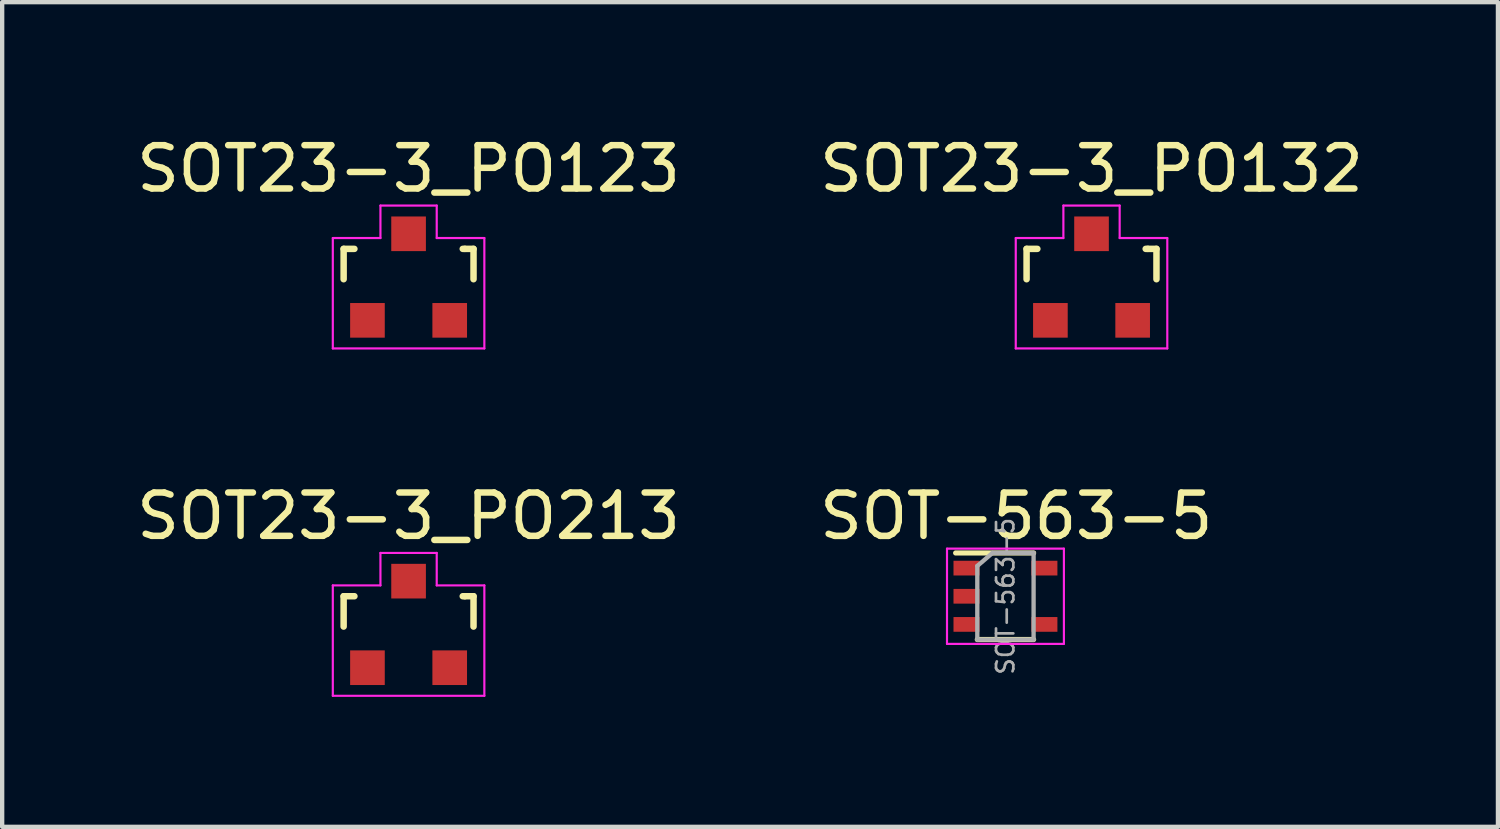
<source format=kicad_pcb>
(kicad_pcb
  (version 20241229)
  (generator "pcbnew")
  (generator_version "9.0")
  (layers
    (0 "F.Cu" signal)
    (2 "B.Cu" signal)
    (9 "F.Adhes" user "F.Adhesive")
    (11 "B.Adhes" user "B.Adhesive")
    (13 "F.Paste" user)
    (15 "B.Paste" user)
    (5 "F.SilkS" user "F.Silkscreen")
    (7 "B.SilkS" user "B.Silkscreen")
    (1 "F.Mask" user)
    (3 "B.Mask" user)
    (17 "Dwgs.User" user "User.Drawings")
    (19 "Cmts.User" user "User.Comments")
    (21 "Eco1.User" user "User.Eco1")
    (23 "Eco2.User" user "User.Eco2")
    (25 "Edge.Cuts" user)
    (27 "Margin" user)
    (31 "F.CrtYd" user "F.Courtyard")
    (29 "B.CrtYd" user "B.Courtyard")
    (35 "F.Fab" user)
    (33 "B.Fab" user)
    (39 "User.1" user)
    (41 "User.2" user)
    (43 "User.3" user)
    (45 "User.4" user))
  (footprint "SOT-563-5"
    (layer "F.Cu")
    (at 20.173 10.722)
    (property "Reference" "SOT-563-5" (at 0.25 -1.85 0) (layer "F.SilkS") (effects (font (size 1 1) (thickness 0.15))))
    (attr smd)
    (fp_line (start -1.15 -1) (end 0.65 -1) (stroke (width 0.12) (type solid)) (layer "F.SilkS"))
    (fp_line (start 0.65 1) (end -0.65 1) (stroke (width 0.12) (type solid)) (layer "F.SilkS"))
    (fp_line (start -1.35 -1.1) (end -1.35 1.1) (stroke (width 0.05) (type solid)) (layer "F.CrtYd"))
    (fp_line (start -1.35 -1.1) (end 1.35 -1.1) (stroke (width 0.05) (type solid)) (layer "F.CrtYd"))
    (fp_line (start 1.35 1.1) (end -1.35 1.1) (stroke (width 0.05) (type solid)) (layer "F.CrtYd"))
    (fp_line (start 1.35 1.1) (end 1.35 -1.1) (stroke (width 0.05) (type solid)) (layer "F.CrtYd"))
    (fp_line (start -0.65 -0.7) (end -0.65 1) (stroke (width 0.1) (type solid)) (layer "F.Fab"))
    (fp_line (start -0.65 -0.7) (end -0.3 -1) (stroke (width 0.1) (type solid)) (layer "F.Fab"))
    (fp_line (start -0.65 1) (end 0.65 1) (stroke (width 0.1) (type solid)) (layer "F.Fab"))
    (fp_line (start 0.65 -1) (end -0.3 -1) (stroke (width 0.1) (type solid)) (layer "F.Fab"))
    (fp_line (start 0.65 1) (end 0.65 -1) (stroke (width 0.1) (type solid)) (layer "F.Fab"))
    (fp_text user "${REFERENCE}" (at 0 0 90) (layer "F.Fab") (effects (font (size 0.4 0.4) (thickness 0.062))))
    (pad "1" smd rect (at -0.9 -0.65) (size 0.6 0.34) (layers "F.Cu" "F.Mask" "F.Paste"))
    (pad "2" smd rect (at -0.9 0) (size 0.6 0.34) (layers "F.Cu" "F.Mask" "F.Paste"))
    (pad "3" smd rect (at -0.9 0.65) (size 0.6 0.34) (layers "F.Cu" "F.Mask" "F.Paste"))
    (pad "4" smd rect (at 0.9 0.65) (size 0.6 0.34) (layers "F.Cu" "F.Mask" "F.Paste"))
    (pad "5" smd rect (at 0.9 -0.65) (size 0.6 0.34) (layers "F.Cu" "F.Mask" "F.Paste")))
  (footprint "SOT23-3_PO123"
    (layer "F.Cu")
    (at 6.387 3.348)
    (property "Reference" "SOT23-3_PO123" (at 0 -2.5 0) (layer "F.SilkS") (effects (font (size 1 1) (thickness 0.15))))
    (attr smd)
    (fp_line (start -1.5 -0.65) (end -1.251 -0.65) (stroke (width 0.15) (type solid)) (layer "F.SilkS"))
    (fp_line (start -1.5 0.051) (end -1.5 -0.65) (stroke (width 0.15) (type solid)) (layer "F.SilkS"))
    (fp_line (start 1.299 -0.65) (end 1.251 -0.65) (stroke (width 0.15) (type solid)) (layer "F.SilkS"))
    (fp_line (start 1.299 -0.65) (end 1.5 -0.65) (stroke (width 0.15) (type solid)) (layer "F.SilkS"))
    (fp_line (start 1.5 -0.65) (end 1.5 0.051) (stroke (width 0.15) (type solid)) (layer "F.SilkS"))
    (fp_line (start -1.75 -0.9) (end -0.65 -0.9) (stroke (width 0.05) (type solid)) (layer "F.CrtYd"))
    (fp_line (start -1.75 1.65) (end -1.75 -0.9) (stroke (width 0.05) (type solid)) (layer "F.CrtYd"))
    (fp_line (start -0.65 -1.65) (end 0.65 -1.65) (stroke (width 0.05) (type solid)) (layer "F.CrtYd"))
    (fp_line (start -0.65 -0.9) (end -0.65 -1.65) (stroke (width 0.05) (type solid)) (layer "F.CrtYd"))
    (fp_line (start 0.65 -0.9) (end 0.65 -1.65) (stroke (width 0.05) (type solid)) (layer "F.CrtYd"))
    (fp_line (start 1.75 -0.9) (end 0.65 -0.9) (stroke (width 0.05) (type solid)) (layer "F.CrtYd"))
    (fp_line (start 1.75 -0.9) (end 1.75 1.65) (stroke (width 0.05) (type solid)) (layer "F.CrtYd"))
    (fp_line (start 1.75 1.65) (end -1.75 1.65) (stroke (width 0.05) (type solid)) (layer "F.CrtYd"))
    (pad "1" smd rect (at -0.95 1.001) (size 0.8 0.8) (layers "F.Cu" "F.Mask" "F.Paste"))
    (pad "2" smd rect (at 0 -0.998) (size 0.8 0.8) (layers "F.Cu" "F.Mask" "F.Paste"))
    (pad "3" smd rect (at 0.95 1.001) (size 0.8 0.8) (layers "F.Cu" "F.Mask" "F.Paste")))
  (footprint "SOT23-3_PO132"
    (layer "F.Cu")
    (at 22.161 3.348)
    (property "Reference" "SOT23-3_PO132" (at 0 -2.5 0) (layer "F.SilkS") (effects (font (size 1 1) (thickness 0.15))))
    (attr smd)
    (fp_line (start -1.5 -0.65) (end -1.251 -0.65) (stroke (width 0.15) (type solid)) (layer "F.SilkS"))
    (fp_line (start -1.5 0.051) (end -1.5 -0.65) (stroke (width 0.15) (type solid)) (layer "F.SilkS"))
    (fp_line (start 1.299 -0.65) (end 1.251 -0.65) (stroke (width 0.15) (type solid)) (layer "F.SilkS"))
    (fp_line (start 1.299 -0.65) (end 1.5 -0.65) (stroke (width 0.15) (type solid)) (layer "F.SilkS"))
    (fp_line (start 1.5 -0.65) (end 1.5 0.051) (stroke (width 0.15) (type solid)) (layer "F.SilkS"))
    (fp_line (start -1.75 -0.9) (end -0.65 -0.9) (stroke (width 0.05) (type solid)) (layer "F.CrtYd"))
    (fp_line (start -1.75 1.65) (end -1.75 -0.9) (stroke (width 0.05) (type solid)) (layer "F.CrtYd"))
    (fp_line (start -0.65 -1.65) (end 0.65 -1.65) (stroke (width 0.05) (type solid)) (layer "F.CrtYd"))
    (fp_line (start -0.65 -0.9) (end -0.65 -1.65) (stroke (width 0.05) (type solid)) (layer "F.CrtYd"))
    (fp_line (start 0.65 -0.9) (end 0.65 -1.65) (stroke (width 0.05) (type solid)) (layer "F.CrtYd"))
    (fp_line (start 1.75 -0.9) (end 0.65 -0.9) (stroke (width 0.05) (type solid)) (layer "F.CrtYd"))
    (fp_line (start 1.75 -0.9) (end 1.75 1.65) (stroke (width 0.05) (type solid)) (layer "F.CrtYd"))
    (fp_line (start 1.75 1.65) (end -1.75 1.65) (stroke (width 0.05) (type solid)) (layer "F.CrtYd"))
    (pad "1" smd rect (at -0.95 1.001) (size 0.8 0.8) (layers "F.Cu" "F.Mask" "F.Paste"))
    (pad "2" smd rect (at 0.95 1.001) (size 0.8 0.8) (layers "F.Cu" "F.Mask" "F.Paste"))
    (pad "3" smd rect (at 0 -0.998) (size 0.8 0.8) (layers "F.Cu" "F.Mask" "F.Paste")))
  (footprint "SOT23-3_PO213"
    (layer "F.Cu")
    (at 6.387 11.371)
    (property "Reference" "SOT23-3_PO213" (at 0 -2.5 0) (layer "F.SilkS") (effects (font (size 1 1) (thickness 0.15))))
    (attr smd)
    (fp_line (start -1.5 -0.65) (end -1.251 -0.65) (stroke (width 0.15) (type solid)) (layer "F.SilkS"))
    (fp_line (start -1.5 0.051) (end -1.5 -0.65) (stroke (width 0.15) (type solid)) (layer "F.SilkS"))
    (fp_line (start 1.299 -0.65) (end 1.251 -0.65) (stroke (width 0.15) (type solid)) (layer "F.SilkS"))
    (fp_line (start 1.299 -0.65) (end 1.5 -0.65) (stroke (width 0.15) (type solid)) (layer "F.SilkS"))
    (fp_line (start 1.5 -0.65) (end 1.5 0.051) (stroke (width 0.15) (type solid)) (layer "F.SilkS"))
    (fp_line (start -1.75 -0.9) (end -0.65 -0.9) (stroke (width 0.05) (type solid)) (layer "F.CrtYd"))
    (fp_line (start -1.75 1.65) (end -1.75 -0.9) (stroke (width 0.05) (type solid)) (layer "F.CrtYd"))
    (fp_line (start -0.65 -1.65) (end 0.65 -1.65) (stroke (width 0.05) (type solid)) (layer "F.CrtYd"))
    (fp_line (start -0.65 -0.9) (end -0.65 -1.65) (stroke (width 0.05) (type solid)) (layer "F.CrtYd"))
    (fp_line (start 0.65 -1.65) (end 0.65 -0.9) (stroke (width 0.05) (type solid)) (layer "F.CrtYd"))
    (fp_line (start 0.65 -0.9) (end 1.75 -0.9) (stroke (width 0.05) (type solid)) (layer "F.CrtYd"))
    (fp_line (start 1.75 -0.9) (end 1.75 1.65) (stroke (width 0.05) (type solid)) (layer "F.CrtYd"))
    (fp_line (start 1.75 1.65) (end -1.75 1.65) (stroke (width 0.05) (type solid)) (layer "F.CrtYd"))
    (pad "1" smd rect (at 0 -0.998) (size 0.8 0.8) (layers "F.Cu" "F.Mask" "F.Paste"))
    (pad "2" smd rect (at -0.95 1.001) (size 0.8 0.8) (layers "F.Cu" "F.Mask" "F.Paste"))
    (pad "3" smd rect (at 0.95 1.001) (size 0.8 0.8) (layers "F.Cu" "F.Mask" "F.Paste")))
  (gr_rect
    (start -3 -3)
    (end 31.548 16.047)
    (stroke (width 0.1) (type default))
    (fill no)
    (layer "Edge.Cuts")))
</source>
